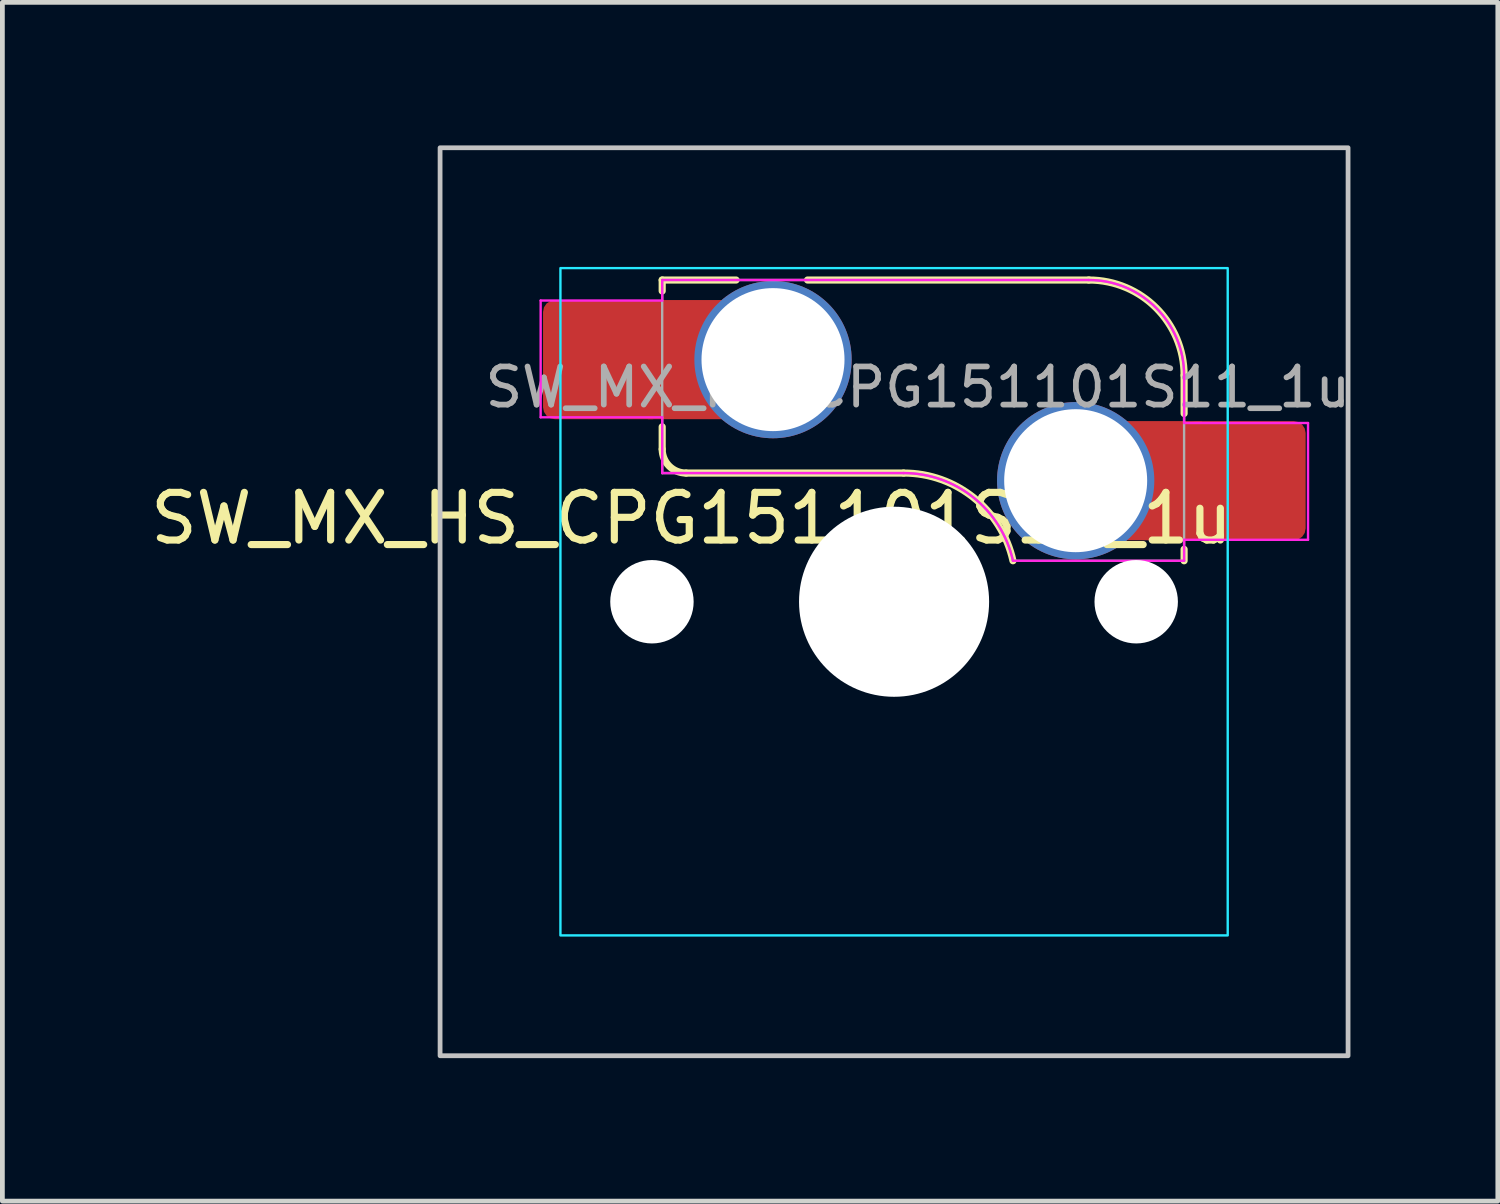
<source format=kicad_pcb>
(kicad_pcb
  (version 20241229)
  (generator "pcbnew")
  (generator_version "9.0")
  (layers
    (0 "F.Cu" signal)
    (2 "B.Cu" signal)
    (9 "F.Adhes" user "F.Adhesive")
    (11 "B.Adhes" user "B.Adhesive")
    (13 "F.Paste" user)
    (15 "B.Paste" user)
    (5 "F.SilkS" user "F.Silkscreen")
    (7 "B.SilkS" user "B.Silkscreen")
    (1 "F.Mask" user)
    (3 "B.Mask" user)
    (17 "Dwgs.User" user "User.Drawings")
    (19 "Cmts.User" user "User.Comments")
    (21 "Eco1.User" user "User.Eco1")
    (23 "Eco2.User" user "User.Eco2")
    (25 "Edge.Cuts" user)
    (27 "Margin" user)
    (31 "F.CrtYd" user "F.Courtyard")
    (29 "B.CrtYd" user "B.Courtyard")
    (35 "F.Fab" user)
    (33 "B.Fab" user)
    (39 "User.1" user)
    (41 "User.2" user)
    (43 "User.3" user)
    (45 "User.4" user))
  (footprint "SW_MX_HS_CPG151101S11_1u"
    (layer "F.Cu")
    (at 15.708 9.575)
    (property "Reference" "SW_MX_HS_CPG151101S11_1u" (at -4.25 -1.75 0) (layer "F.SilkS") (effects (font (size 1 1) (thickness 0.15))))
    (attr smd)
    (fp_line (start -4.865 -6.75) (end -4.865 -6.52) (stroke (width 0.15) (type solid)) (layer "F.SilkS"))
    (fp_line (start -4.865 -3.67) (end -4.865 -3.2) (stroke (width 0.15) (type solid)) (layer "F.SilkS"))
    (fp_line (start -4.365 -2.7) (end 0.2 -2.7) (stroke (width 0.15) (type solid)) (layer "F.SilkS"))
    (fp_line (start -3.315 -6.75) (end -4.865 -6.75) (stroke (width 0.15) (type solid)) (layer "F.SilkS"))
    (fp_line (start 4.085 -6.75) (end -1.815 -6.75) (stroke (width 0.15) (type solid)) (layer "F.SilkS"))
    (fp_line (start 6.085 -3.95) (end 6.085 -4.75) (stroke (width 0.15) (type solid)) (layer "F.SilkS"))
    (fp_line (start 6.085 -1.1) (end 6.085 -0.86) (stroke (width 0.15) (type solid)) (layer "F.SilkS"))
    (fp_arc (start -4.364824 -2.70022) (mid -4.718377 -2.846667) (end -4.864824 -3.20022) (stroke (width 0.15) (type solid)) (layer "F.SilkS"))
    (fp_arc (start 0.2 -2.70022) (mid 1.670693 -2.183637) (end 2.494322 -0.86022) (stroke (width 0.15) (type solid)) (layer "F.SilkS"))
    (fp_arc (start 4.085176 -6.75022) (mid 5.49939 -6.164434) (end 6.085176 -4.75022) (stroke (width 0.15) (type solid)) (layer "F.SilkS"))
    (fp_rect (start -9.525 -9.525) (end 9.525 9.525) (stroke (width 0.1) (type default)) (fill no) (layer "Dwgs.User"))
    (fp_line (start -7 -6.5) (end -7 6.5) (stroke (width 0.05) (type solid)) (layer "Eco2.User"))
    (fp_line (start -6.5 7) (end 6.5 7) (stroke (width 0.05) (type solid)) (layer "Eco2.User"))
    (fp_line (start 6.5 -7) (end -6.5 -7) (stroke (width 0.05) (type solid)) (layer "Eco2.User"))
    (fp_line (start 7 6.5) (end 7 -6.5) (stroke (width 0.05) (type solid)) (layer "Eco2.User"))
    (fp_arc (start -7 -6.5) (mid -6.853553 -6.853553) (end -6.5 -7) (stroke (width 0.05) (type solid)) (layer "Eco2.User"))
    (fp_arc (start -6.497236 6.998884) (mid -6.850789 6.852437) (end -6.997236 6.498884) (stroke (width 0.05) (type solid)) (layer "Eco2.User"))
    (fp_arc (start 6.5 -7) (mid 6.853553 -6.853553) (end 7 -6.5) (stroke (width 0.05) (type solid)) (layer "Eco2.User"))
    (fp_arc (start 7 6.5) (mid 6.853553 6.853553) (end 6.5 7) (stroke (width 0.05) (type solid)) (layer "Eco2.User"))
    (fp_rect (start -7 -7) (end 7 7) (stroke (width 0.05) (type default)) (fill no) (layer "B.CrtYd"))
    (fp_line (start -7.415 -6.32) (end -4.865 -6.32) (stroke (width 0.05) (type solid)) (layer "F.CrtYd"))
    (fp_line (start -7.415 -3.87) (end -7.415 -6.32) (stroke (width 0.05) (type solid)) (layer "F.CrtYd"))
    (fp_line (start -4.865 -6.75) (end -4.865 -6.32) (stroke (width 0.05) (type solid)) (layer "F.CrtYd"))
    (fp_line (start -4.865 -3.87) (end -7.415 -3.87) (stroke (width 0.05) (type solid)) (layer "F.CrtYd"))
    (fp_line (start -4.865 -3.87) (end -4.865 -2.7) (stroke (width 0.05) (type solid)) (layer "F.CrtYd"))
    (fp_line (start -4.865 -2.7) (end 0.2 -2.7) (stroke (width 0.05) (type solid)) (layer "F.CrtYd"))
    (fp_line (start 4.085 -6.75) (end -4.865 -6.75) (stroke (width 0.05) (type solid)) (layer "F.CrtYd"))
    (fp_line (start 6.085 -3.75) (end 6.085 -4.75) (stroke (width 0.05) (type solid)) (layer "F.CrtYd"))
    (fp_line (start 6.085 -3.75) (end 8.685 -3.75) (stroke (width 0.05) (type solid)) (layer "F.CrtYd"))
    (fp_line (start 6.085 -1.3) (end 6.085 -0.86) (stroke (width 0.05) (type solid)) (layer "F.CrtYd"))
    (fp_line (start 6.085 -0.86) (end 2.494 -0.86) (stroke (width 0.05) (type solid)) (layer "F.CrtYd"))
    (fp_line (start 8.685 -3.75) (end 8.685 -1.3) (stroke (width 0.05) (type solid)) (layer "F.CrtYd"))
    (fp_line (start 8.685 -1.3) (end 6.085 -1.3) (stroke (width 0.05) (type solid)) (layer "F.CrtYd"))
    (fp_arc (start 0.2 -2.70022) (mid 1.670503 -2.183399) (end 2.494322 -0.86022) (stroke (width 0.05) (type solid)) (layer "F.CrtYd"))
    (fp_arc (start 4.085176 -6.75022) (mid 5.49939 -6.164434) (end 6.085176 -4.75022) (stroke (width 0.05) (type solid)) (layer "F.CrtYd"))
    (fp_line (start -4.865 -6.75) (end -4.865 -2.7) (stroke (width 0.05) (type solid)) (layer "F.Fab"))
    (fp_line (start -4.865 -2.7) (end 0.2 -2.7) (stroke (width 0.05) (type solid)) (layer "F.Fab"))
    (fp_line (start 4.085 -6.75) (end -4.865 -6.75) (stroke (width 0.05) (type solid)) (layer "F.Fab"))
    (fp_line (start 6.085 -0.86) (end 2.494 -0.86) (stroke (width 0.05) (type solid)) (layer "F.Fab"))
    (fp_line (start 6.085 -0.86) (end 6.085 -4.75) (stroke (width 0.05) (type solid)) (layer "F.Fab"))
    (fp_arc (start 0.2 -2.70022) (mid 1.670503 -2.183399) (end 2.494322 -0.86022) (stroke (width 0.05) (type solid)) (layer "F.Fab"))
    (fp_arc (start 4.085176 -6.75022) (mid 5.49939 -6.164434) (end 6.085176 -4.75022) (stroke (width 0.05) (type solid)) (layer "F.Fab"))
    (fp_text user "${REFERENCE}" (at 0.5 -4.5 0) (layer "F.Fab") (effects (font (size 0.8 0.8) (thickness 0.12))))
    (pad "" np_thru_hole circle (at -5.08 0) (size 1.75 1.75) (drill 1.75) (layers "*.Cu" "*.Mask"))
    (pad "" np_thru_hole circle (at 0 0) (size 3.988 3.988) (drill 3.988) (layers "*.Cu" "*.Mask"))
    (pad "" np_thru_hole circle (at 5.08 0) (size 1.75 1.75) (drill 1.75) (layers "*.Cu" "*.Mask"))
    (pad "1" thru_hole circle (at 3.81 -2.54) (size 3.3 3.3) (drill 3) (layers "*.Cu" "*.Mask"))
    (pad "1" smd rect (at 5.635 -2.54 180) (size 1.65 2.5) (layers "F.Cu"))
    (pad "1" smd roundrect (at 7.36 -2.54) (size 2.55 2.5) (layers "F.Cu" "F.Mask" "F.Paste") (roundrect_rratio 0.1))
    (pad "2" smd roundrect (at -6.09 -5.08) (size 2.55 2.5) (layers "F.Cu" "F.Mask" "F.Paste") (roundrect_rratio 0.1))
    (pad "2" smd rect (at -4.34 -5.08) (size 1.65 2.5) (layers "F.Cu"))
    (pad "2" thru_hole circle (at -2.54 -5.08) (size 3.3 3.3) (drill 3) (layers "*.Cu" "*.Mask")))
  (gr_rect
    (start -3 -3)
    (end 28.375 22.15)
    (stroke (width 0.1) (type default))
    (fill no)
    (layer "Edge.Cuts")))
</source>
